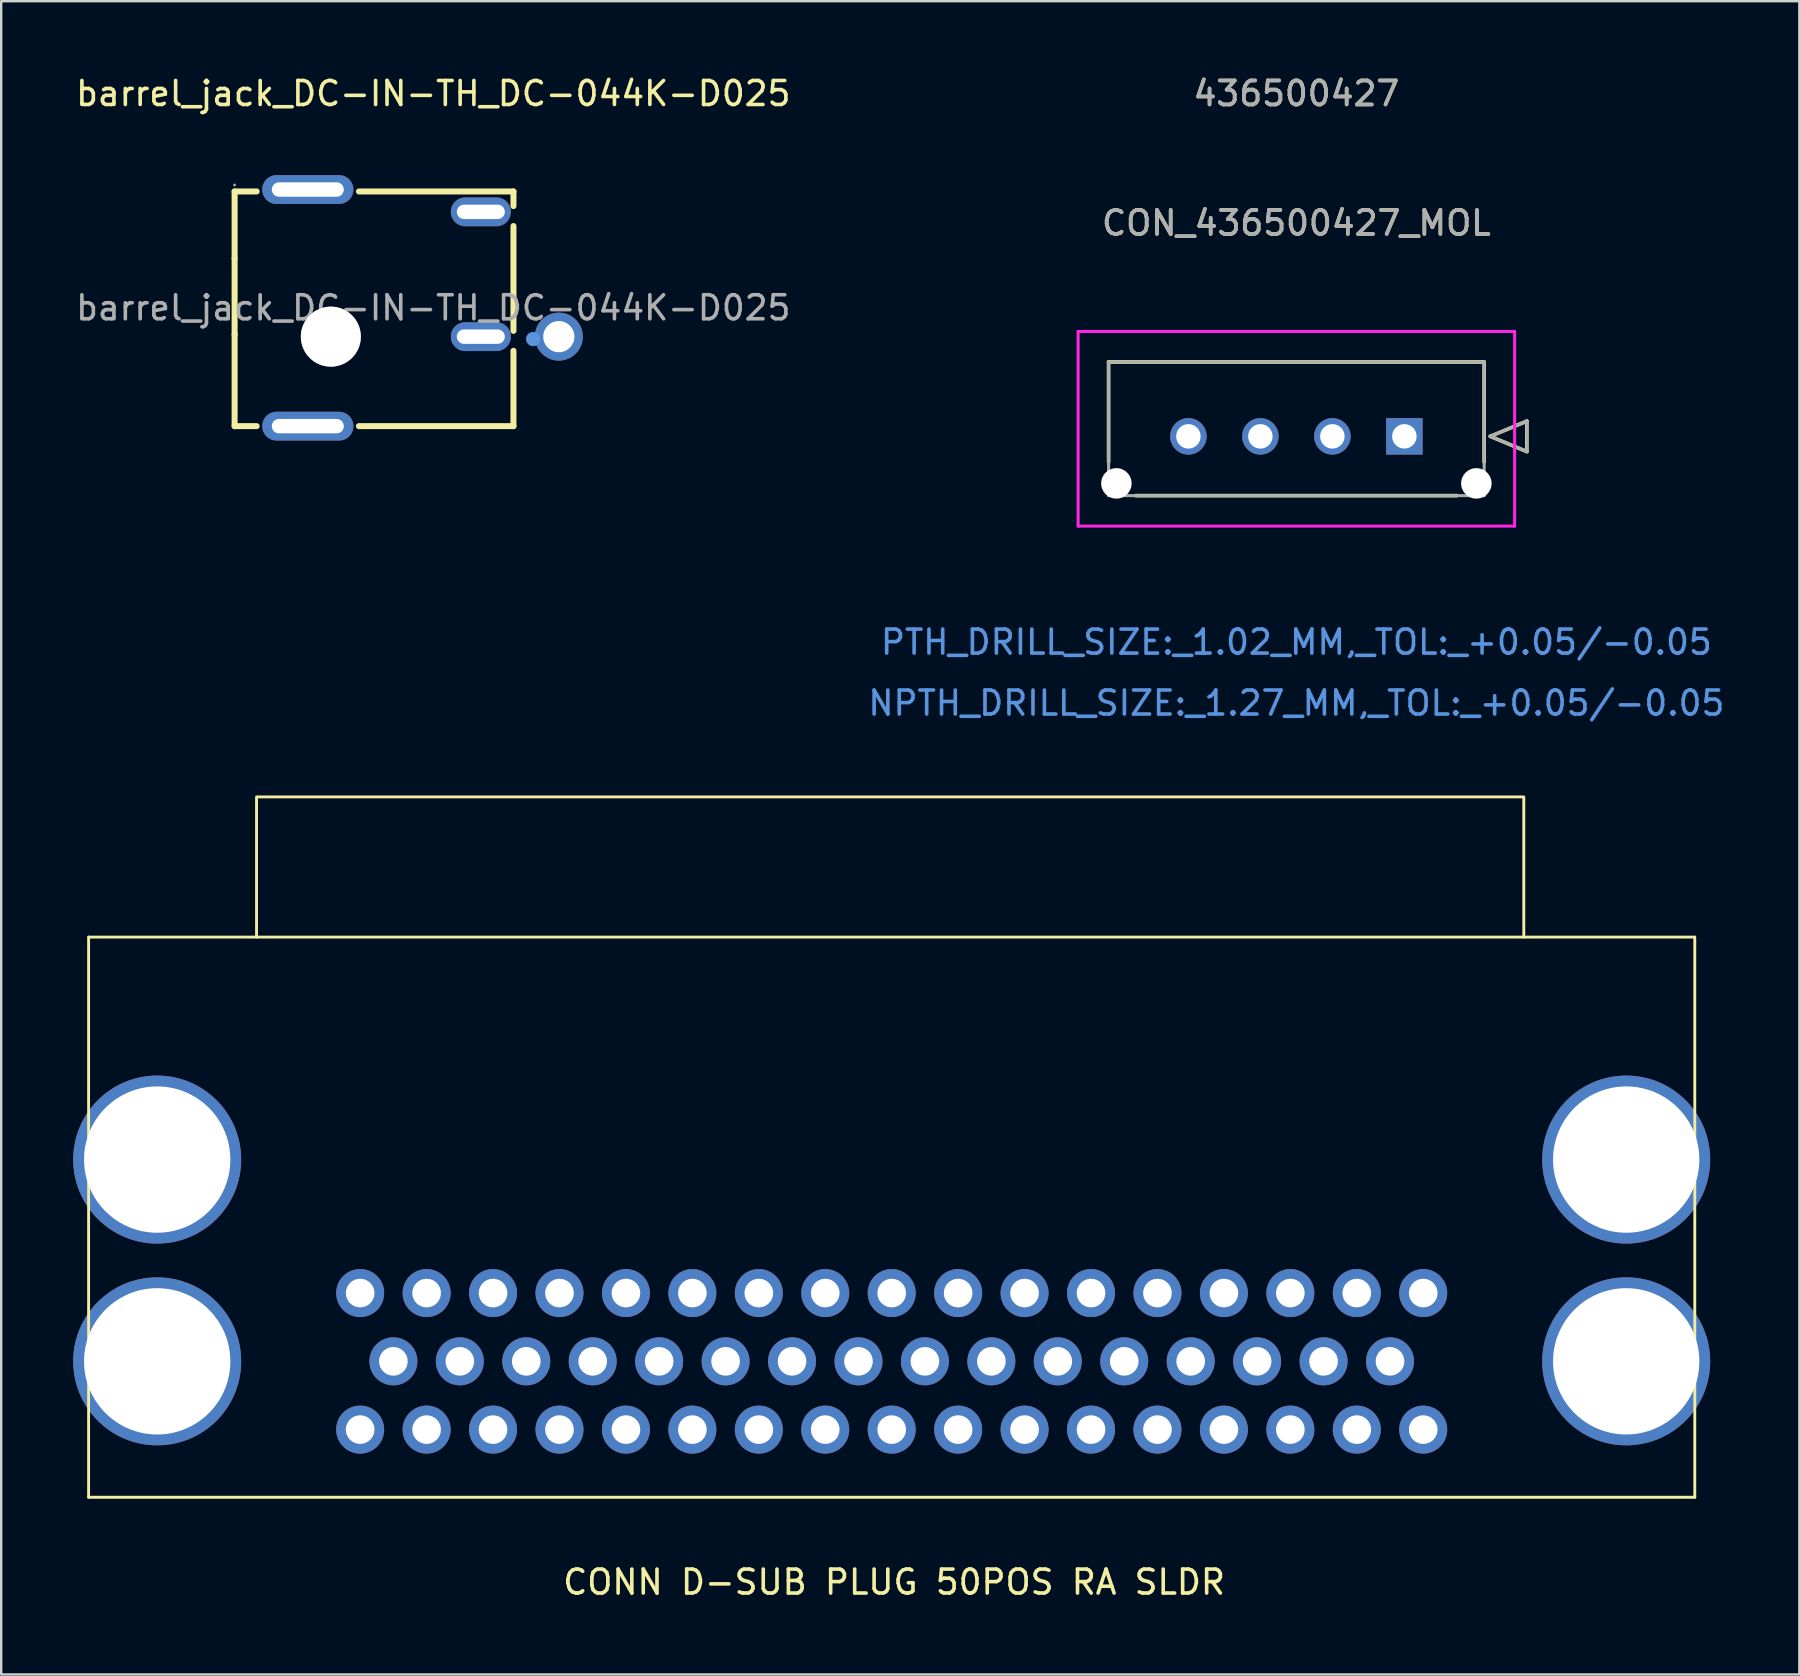
<source format=kicad_pcb>
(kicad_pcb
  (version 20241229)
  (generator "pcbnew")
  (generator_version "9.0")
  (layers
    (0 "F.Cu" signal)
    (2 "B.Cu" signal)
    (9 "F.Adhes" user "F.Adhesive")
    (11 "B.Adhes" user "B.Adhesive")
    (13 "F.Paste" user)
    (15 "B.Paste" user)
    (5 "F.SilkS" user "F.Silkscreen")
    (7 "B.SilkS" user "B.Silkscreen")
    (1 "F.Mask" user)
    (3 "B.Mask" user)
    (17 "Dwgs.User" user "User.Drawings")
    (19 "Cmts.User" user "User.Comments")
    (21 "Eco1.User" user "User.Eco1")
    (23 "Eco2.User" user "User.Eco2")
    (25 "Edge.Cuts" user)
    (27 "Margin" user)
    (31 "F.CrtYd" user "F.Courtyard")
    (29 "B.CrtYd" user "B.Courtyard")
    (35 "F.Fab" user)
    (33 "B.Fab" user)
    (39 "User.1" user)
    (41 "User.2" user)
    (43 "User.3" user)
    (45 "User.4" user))
  (footprint "barrel_jack_DC-IN-TH_DC-044K-D025"
    (layer "F.Cu")
    (at 15.006 9.778)
    (property "Reference" "barrel_jack_DC-IN-TH_DC-044K-D025" (at 0 -8.93 0) (layer "F.SilkS") (effects (font (size 1 1) (thickness 0.15))))
    (attr through_hole)
    (fp_line (start -8.28 -4.85) (end -7.36 -4.85) (stroke (width 0.25) (type solid)) (layer "F.SilkS"))
    (fp_line (start -8.28 -2.06) (end -8.28 -4.85) (stroke (width 0.25) (type solid)) (layer "F.SilkS"))
    (fp_line (start -8.28 -2.06) (end -8.28 1.11) (stroke (width 0.25) (type solid)) (layer "F.SilkS"))
    (fp_line (start -8.28 1.11) (end -8.28 4.93) (stroke (width 0.25) (type solid)) (layer "F.SilkS"))
    (fp_line (start -8.28 4.93) (end -7.36 4.93) (stroke (width 0.25) (type solid)) (layer "F.SilkS"))
    (fp_line (start -3.1 -4.85) (end 3.34 -4.85) (stroke (width 0.25) (type solid)) (layer "F.SilkS"))
    (fp_line (start -3.1 4.93) (end 3.34 4.93) (stroke (width 0.25) (type solid)) (layer "F.SilkS"))
    (fp_line (start 3.34 -4.85) (end 3.34 -4.24) (stroke (width 0.25) (type solid)) (layer "F.SilkS"))
    (fp_line (start 3.34 -3.41) (end 3.34 0.96) (stroke (width 0.25) (type solid)) (layer "F.SilkS"))
    (fp_line (start 3.34 1.79) (end 3.34 4.93) (stroke (width 0.25) (type solid)) (layer "F.SilkS"))
    (fp_circle (center 4.16 1.3) (end 4.31 1.3) (stroke (width 0.3) (type solid)) (fill no) (layer "Cmts.User"))
    (fp_circle (center -8.28 -5.12) (end -8.25 -5.12) (stroke (width 0.06) (type solid)) (fill no) (layer "F.Fab"))
    (fp_circle (center 5.23 1.2) (end 5.48 1.2) (stroke (width 0.5) (type solid)) (fill no) (layer "F.Fab"))
    (fp_text user "${REFERENCE}" (at 0 0 0) (layer "F.Fab") (effects (font (size 1 1) (thickness 0.15))))
    (pad "" thru_hole circle (at -4.27 1.2) (size 2.5 2.5) (drill 2.5) (layers "*.Cu" "*.Mask"))
    (pad "1" thru_hole oval (at -5.23 -4.93 90) (size 1.2 3.8) (drill oval 0.6 3) (layers "*.Cu" "*.Mask"))
    (pad "2" thru_hole oval (at 1.98 -4 90) (size 1.2 2.5) (drill oval 0.6 2) (layers "*.Cu" "*.Mask"))
    (pad "3" thru_hole oval (at 1.98 1.2 90) (size 1.2 2.5) (drill oval 0.6 2) (layers "*.Cu" "*.Mask"))
    (pad "4" thru_hole circle (at 5.23 1.2 90) (size 2 2) (drill 1.3) (layers "*.Cu" "*.Mask"))
    (pad "6" thru_hole oval (at -5.23 4.93 90) (size 1.2 3.8) (drill oval 0.6 3) (layers "*.Cu" "*.Mask")))
  (footprint "CONN D-SUB PLUG 50POS RA SLDR"
    (layer "F.Cu")
    (at 34.107 53.677)
    (property "Reference" "CONN D-SUB PLUG 50POS RA SLDR" (at 0.1 9.2 0) (unlocked yes) (layer "F.SilkS") (effects (font (size 1 1) (thickness 0.15))))
    (attr through_hole)
    (fp_line (start -33.465 -17.678) (end -33.465 5.664) (stroke (width 0.12) (type solid)) (layer "F.SilkS"))
    (fp_line (start -33.452 -17.678) (end -26.467 -17.678) (stroke (width 0.12) (type solid)) (layer "F.SilkS"))
    (fp_line (start 26.34 -17.678) (end 33.452 -17.678) (stroke (width 0.12) (type solid)) (layer "F.SilkS"))
    (fp_line (start 33.465 -17.678) (end 33.465 5.664) (stroke (width 0.12) (type solid)) (layer "F.SilkS"))
    (fp_line (start 33.465 5.664) (end -33.465 5.664) (stroke (width 0.12) (type solid)) (layer "F.SilkS"))
    (fp_rect (start -26.467 -23.52) (end 26.34 -17.678) (stroke (width 0.12) (type solid)) (fill no) (layer "F.SilkS"))
    (pad "1" thru_hole circle (at -22.149 -2.845) (size 2 2) (drill 1.194) (layers "*.Cu" "*.Mask"))
    (pad "2" thru_hole circle (at -19.38 -2.845) (size 2 2) (drill 1.194) (layers "*.Cu" "*.Mask"))
    (pad "3" thru_hole circle (at -16.612 -2.845) (size 2 2) (drill 1.194) (layers "*.Cu" "*.Mask"))
    (pad "4" thru_hole circle (at -13.843 -2.845) (size 2 2) (drill 1.194) (layers "*.Cu" "*.Mask"))
    (pad "5" thru_hole circle (at -11.074 -2.845) (size 2 2) (drill 1.194) (layers "*.Cu" "*.Mask"))
    (pad "6" thru_hole circle (at -8.306 -2.845) (size 2 2) (drill 1.194) (layers "*.Cu" "*.Mask"))
    (pad "7" thru_hole circle (at -5.537 -2.845) (size 2 2) (drill 1.194) (layers "*.Cu" "*.Mask"))
    (pad "8" thru_hole circle (at -2.769 -2.845) (size 2 2) (drill 1.194) (layers "*.Cu" "*.Mask"))
    (pad "9" thru_hole circle (at 0 -2.845) (size 2 2) (drill 1.194) (layers "*.Cu" "*.Mask"))
    (pad "10" thru_hole circle (at 2.769 -2.845) (size 2 2) (drill 1.194) (layers "*.Cu" "*.Mask" "B.Adhes"))
    (pad "11" thru_hole circle (at 5.537 -2.845) (size 2 2) (drill 1.194) (layers "*.Cu" "*.Mask"))
    (pad "12" thru_hole circle (at 8.306 -2.845) (size 2 2) (drill 1.194) (layers "*.Cu" "*.Mask"))
    (pad "13" thru_hole circle (at 11.074 -2.845) (size 2 2) (drill 1.194) (layers "*.Cu" "*.Mask"))
    (pad "14" thru_hole circle (at 13.843 -2.845) (size 2 2) (drill 1.194) (layers "*.Cu" "*.Mask"))
    (pad "15" thru_hole circle (at 16.612 -2.845) (size 2 2) (drill 1.194) (layers "*.Cu" "*.Mask"))
    (pad "16" thru_hole circle (at 19.38 -2.845) (size 2 2) (drill 1.194) (layers "*.Cu" "*.Mask"))
    (pad "17" thru_hole circle (at 22.149 -2.845) (size 2 2) (drill 1.194) (layers "*.Cu" "*.Mask"))
    (pad "18" thru_hole circle (at -20.765 0) (size 2 2) (drill 1.194) (layers "*.Cu" "*.Mask"))
    (pad "19" thru_hole circle (at -17.996 0) (size 2 2) (drill 1.194) (layers "*.Cu" "*.Mask"))
    (pad "20" thru_hole circle (at -15.227 0) (size 2 2) (drill 1.194) (layers "*.Cu" "*.Mask"))
    (pad "21" thru_hole circle (at -12.459 0) (size 2 2) (drill 1.194) (layers "*.Cu" "*.Mask"))
    (pad "22" thru_hole circle (at -9.69 0) (size 2 2) (drill 1.194) (layers "*.Cu" "*.Mask"))
    (pad "23" thru_hole circle (at -6.921 0) (size 2 2) (drill 1.194) (layers "*.Cu" "*.Mask"))
    (pad "24" thru_hole circle (at -4.153 0) (size 2 2) (drill 1.194) (layers "*.Cu" "*.Mask"))
    (pad "25" thru_hole circle (at -1.384 0) (size 2 2) (drill 1.194) (layers "*.Cu" "*.Mask"))
    (pad "26" thru_hole circle (at 1.384 0) (size 2 2) (drill 1.194) (layers "*.Cu" "*.Mask"))
    (pad "27" thru_hole circle (at 4.153 0) (size 2 2) (drill 1.194) (layers "*.Cu" "*.Mask"))
    (pad "28" thru_hole circle (at 6.921 0) (size 2 2) (drill 1.194) (layers "*.Cu" "*.Mask"))
    (pad "29" thru_hole circle (at 9.69 0) (size 2 2) (drill 1.194) (layers "*.Cu" "*.Mask"))
    (pad "30" thru_hole circle (at 12.459 0) (size 2 2) (drill 1.194) (layers "*.Cu" "*.Mask"))
    (pad "31" thru_hole circle (at 15.227 0) (size 2 2) (drill 1.194) (layers "*.Cu" "*.Mask"))
    (pad "32" thru_hole circle (at 17.996 0) (size 2 2) (drill 1.194) (layers "*.Cu" "*.Mask"))
    (pad "33" thru_hole circle (at 20.765 0) (size 2 2) (drill 1.194) (layers "*.Cu" "*.Mask"))
    (pad "34" thru_hole circle (at -22.149 2.845) (size 2 2) (drill 1.194) (layers "*.Cu" "*.Mask"))
    (pad "35" thru_hole circle (at -19.38 2.845) (size 2 2) (drill 1.194) (layers "*.Cu" "*.Mask"))
    (pad "36" thru_hole circle (at -16.612 2.845) (size 2 2) (drill 1.194) (layers "*.Cu" "*.Mask"))
    (pad "37" thru_hole circle (at -13.843 2.845) (size 2 2) (drill 1.194) (layers "*.Cu" "*.Mask"))
    (pad "38" thru_hole circle (at -11.074 2.845) (size 2 2) (drill 1.194) (layers "*.Cu" "*.Mask"))
    (pad "39" thru_hole circle (at -8.306 2.845) (size 2 2) (drill 1.194) (layers "*.Cu" "*.Mask"))
    (pad "40" thru_hole circle (at -5.537 2.845) (size 2 2) (drill 1.194) (layers "*.Cu" "*.Mask"))
    (pad "41" thru_hole circle (at -2.769 2.845) (size 2 2) (drill 1.194) (layers "*.Cu" "*.Mask"))
    (pad "42" thru_hole circle (at 0 2.845) (size 2 2) (drill 1.194) (layers "*.Cu" "*.Mask"))
    (pad "43" thru_hole circle (at 2.769 2.845) (size 2 2) (drill 1.194) (layers "*.Cu" "*.Mask"))
    (pad "44" thru_hole circle (at 5.537 2.845) (size 2 2) (drill 1.194) (layers "*.Cu" "*.Mask"))
    (pad "45" thru_hole circle (at 8.306 2.845) (size 2 2) (drill 1.194) (layers "*.Cu" "*.Mask"))
    (pad "46" thru_hole circle (at 11.074 2.845) (size 2 2) (drill 1.194) (layers "*.Cu" "*.Mask"))
    (pad "47" thru_hole circle (at 13.843 2.845) (size 2 2) (drill 1.194) (layers "*.Cu" "*.Mask"))
    (pad "48" thru_hole circle (at 16.612 2.845) (size 2 2) (drill 1.194) (layers "*.Cu" "*.Mask"))
    (pad "49" thru_hole circle (at 19.38 2.845) (size 2 2) (drill 1.194) (layers "*.Cu" "*.Mask"))
    (pad "50" thru_hole circle (at 22.149 2.845) (size 2 2) (drill 1.194) (layers "*.Cu" "*.Mask"))
    (pad "51" thru_hole circle (at -30.607 -8.407) (size 7 7) (drill 6.096) (layers "*.Cu" "*.Mask"))
    (pad "51" thru_hole circle (at -30.607 0) (size 7 7) (drill 6.096) (layers "*.Cu" "*.Mask"))
    (pad "51" thru_hole circle (at 30.607 -8.407) (size 7 7) (drill 6.096) (layers "*.Cu" "*.Mask"))
    (pad "51" thru_hole circle (at 30.607 0) (size 7 7) (drill 6.096) (layers "*.Cu" "*.Mask")))
  (footprint "CON_436500427_MOL"
    (layer "F.Cu")
    (at 55.47 15.133)
    (property "Reference" "CON_436500427_MOL" (at -4.5 -8.89 0) (unlocked yes) (layer "F.SilkS") (effects (font (size 1 1) (thickness 0.15))))
    (attr through_hole)
    (fp_line (start -12.325 -3.1) (end -12.325 1.065) (stroke (width 0.152) (type solid)) (layer "F.SilkS"))
    (fp_line (start -11.196 2.47) (end 2.196 2.47) (stroke (width 0.152) (type solid)) (layer "F.SilkS"))
    (fp_line (start 3.325 -3.1) (end -12.325 -3.1) (stroke (width 0.152) (type solid)) (layer "F.SilkS"))
    (fp_line (start 3.325 1.065) (end 3.325 -3.1) (stroke (width 0.152) (type solid)) (layer "F.SilkS"))
    (fp_line (start 3.579 0) (end 5.103 -0.635) (stroke (width 0.152) (type solid)) (layer "F.SilkS"))
    (fp_line (start 5.103 -0.635) (end 5.103 0.635) (stroke (width 0.152) (type solid)) (layer "F.SilkS"))
    (fp_line (start 5.103 0.635) (end 3.579 0) (stroke (width 0.152) (type solid)) (layer "F.SilkS"))
    (fp_line (start -13.595 -4.37) (end -13.595 3.74) (stroke (width 0.127) (type solid)) (layer "F.CrtYd"))
    (fp_line (start -13.595 3.74) (end 4.595 3.74) (stroke (width 0.127) (type solid)) (layer "F.CrtYd"))
    (fp_line (start 4.595 -4.37) (end -13.595 -4.37) (stroke (width 0.127) (type solid)) (layer "F.CrtYd"))
    (fp_line (start 4.595 3.74) (end 4.595 -4.37) (stroke (width 0.127) (type solid)) (layer "F.CrtYd"))
    (fp_line (start -12.325 -3.1) (end -12.325 2.47) (stroke (width 0.127) (type solid)) (layer "F.Fab"))
    (fp_line (start -12.325 2.47) (end 3.325 2.47) (stroke (width 0.127) (type solid)) (layer "F.Fab"))
    (fp_line (start 3.325 -3.1) (end -12.325 -3.1) (stroke (width 0.127) (type solid)) (layer "F.Fab"))
    (fp_line (start 3.325 2.47) (end 3.325 -3.1) (stroke (width 0.127) (type solid)) (layer "F.Fab"))
    (fp_line (start 3.579 0) (end 5.103 -0.635) (stroke (width 0.127) (type solid)) (layer "F.Fab"))
    (fp_line (start 5.103 -0.635) (end 5.103 0.635) (stroke (width 0.127) (type solid)) (layer "F.Fab"))
    (fp_line (start 5.103 0.635) (end 3.579 0) (stroke (width 0.127) (type solid)) (layer "F.Fab"))
    (fp_text user "436500427" (at -4.5 -14.285 0) (unlocked yes) (layer "F.SilkS") (effects (font (size 1 1) (thickness 0.15))))
    (fp_text user "PTH_DRILL_SIZE:_1.02_MM,_TOL:_+0.05/-0.05" (at -4.5 8.575 0) (unlocked yes) (layer "Cmts.User") (effects (font (size 1 1) (thickness 0.15))))
    (fp_text user "NPTH_DRILL_SIZE:_1.27_MM,_TOL:_+0.05/-0.05" (at -4.5 11.115 0) (unlocked yes) (layer "Cmts.User") (effects (font (size 1 1) (thickness 0.15))))
    (fp_text user "436500427" (at -4.5 -14.285 0) (unlocked yes) (layer "F.Fab") (effects (font (size 1 1) (thickness 0.15))))
    (fp_text user "${REFERENCE}" (at -4.5 -8.89 0) (unlocked yes) (layer "F.Fab") (effects (font (size 1 1) (thickness 0.15))))
    (pad "" np_thru_hole circle (at -12 1.96) (size 1.27 1.27) (drill 1.27) (layers "*.Cu" "*.Mask"))
    (pad "" np_thru_hole circle (at 3 1.96) (size 1.27 1.27) (drill 1.27) (layers "*.Cu" "*.Mask"))
    (pad "1" thru_hole rect (at 0 0) (size 1.52 1.52) (drill 1.02) (layers "*.Cu" "*.Mask"))
    (pad "2" thru_hole circle (at -3 0) (size 1.52 1.52) (drill 1.02) (layers "*.Cu" "*.Mask"))
    (pad "3" thru_hole circle (at -6 0) (size 1.52 1.52) (drill 1.02) (layers "*.Cu" "*.Mask"))
    (pad "4" thru_hole circle (at -9 0) (size 1.52 1.52) (drill 1.02) (layers "*.Cu" "*.Mask")))
  (gr_rect
    (start -3 -3)
    (end 71.929 66.725)
    (stroke (width 0.1) (type default))
    (fill no)
    (layer "Edge.Cuts")))
</source>
